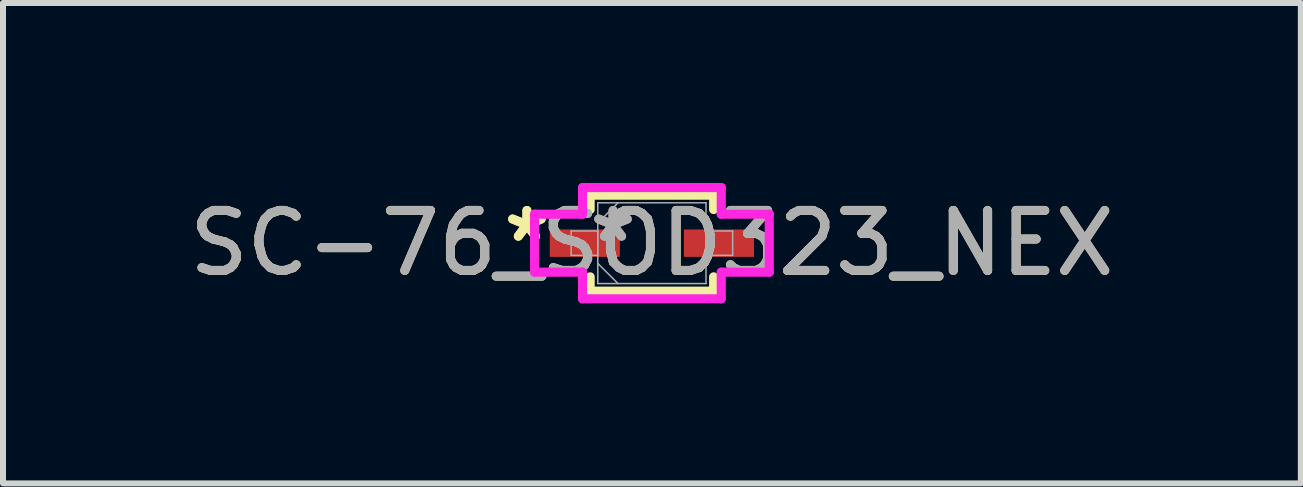
<source format=kicad_pcb>
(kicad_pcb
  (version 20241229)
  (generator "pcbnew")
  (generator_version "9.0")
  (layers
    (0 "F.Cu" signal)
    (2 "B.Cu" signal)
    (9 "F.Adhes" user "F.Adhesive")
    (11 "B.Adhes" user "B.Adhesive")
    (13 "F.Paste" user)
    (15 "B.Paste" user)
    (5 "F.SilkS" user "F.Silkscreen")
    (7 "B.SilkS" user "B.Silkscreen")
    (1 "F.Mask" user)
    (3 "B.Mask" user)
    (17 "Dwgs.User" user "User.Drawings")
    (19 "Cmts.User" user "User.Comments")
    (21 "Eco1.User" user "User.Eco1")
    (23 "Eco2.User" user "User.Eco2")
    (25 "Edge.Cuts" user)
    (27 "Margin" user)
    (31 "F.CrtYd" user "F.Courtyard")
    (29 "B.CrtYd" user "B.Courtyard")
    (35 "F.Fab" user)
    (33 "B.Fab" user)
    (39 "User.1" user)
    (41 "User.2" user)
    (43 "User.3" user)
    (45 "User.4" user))
  (footprint "SC-76_SOD323_NEX"
    (layer "F.Cu")
    (at 7.815 1.003)
    (property "Reference" "SC-76_SOD323_NEX" (at 0 0 0) (unlocked yes) (layer "F.SilkS") (effects (font (size 1 1) (thickness 0.15))))
    (attr smd)
    (fp_line (start -1.029 -0.8) (end -1.029 -0.561) (stroke (width 0.152) (type solid)) (layer "F.SilkS"))
    (fp_line (start -1.029 0.561) (end -1.029 0.8) (stroke (width 0.152) (type solid)) (layer "F.SilkS"))
    (fp_line (start -1.029 0.8) (end 1.029 0.8) (stroke (width 0.152) (type solid)) (layer "F.SilkS"))
    (fp_line (start 1.029 -0.8) (end -1.029 -0.8) (stroke (width 0.152) (type solid)) (layer "F.SilkS"))
    (fp_line (start 1.029 -0.561) (end 1.029 -0.8) (stroke (width 0.152) (type solid)) (layer "F.SilkS"))
    (fp_line (start 1.029 0.8) (end 1.029 0.561) (stroke (width 0.152) (type solid)) (layer "F.SilkS"))
    (fp_line (start -1.956 -0.483) (end -1.156 -0.483) (stroke (width 0.152) (type solid)) (layer "F.CrtYd"))
    (fp_line (start -1.956 0.483) (end -1.956 -0.483) (stroke (width 0.152) (type solid)) (layer "F.CrtYd"))
    (fp_line (start -1.156 -0.927) (end 1.156 -0.927) (stroke (width 0.152) (type solid)) (layer "F.CrtYd"))
    (fp_line (start -1.156 -0.483) (end -1.156 -0.927) (stroke (width 0.152) (type solid)) (layer "F.CrtYd"))
    (fp_line (start -1.156 0.483) (end -1.956 0.483) (stroke (width 0.152) (type solid)) (layer "F.CrtYd"))
    (fp_line (start -1.156 0.927) (end -1.156 0.483) (stroke (width 0.152) (type solid)) (layer "F.CrtYd"))
    (fp_line (start 1.156 -0.927) (end 1.156 -0.483) (stroke (width 0.152) (type solid)) (layer "F.CrtYd"))
    (fp_line (start 1.156 -0.483) (end 1.956 -0.483) (stroke (width 0.152) (type solid)) (layer "F.CrtYd"))
    (fp_line (start 1.156 0.483) (end 1.156 0.927) (stroke (width 0.152) (type solid)) (layer "F.CrtYd"))
    (fp_line (start 1.156 0.927) (end -1.156 0.927) (stroke (width 0.152) (type solid)) (layer "F.CrtYd"))
    (fp_line (start 1.956 -0.483) (end 1.956 0.483) (stroke (width 0.152) (type solid)) (layer "F.CrtYd"))
    (fp_line (start 1.956 0.483) (end 1.156 0.483) (stroke (width 0.152) (type solid)) (layer "F.CrtYd"))
    (fp_line (start -1.346 -0.203) (end -1.346 0.203) (stroke (width 0.025) (type solid)) (layer "F.Fab"))
    (fp_line (start -1.346 0.203) (end -0.902 0.203) (stroke (width 0.025) (type solid)) (layer "F.Fab"))
    (fp_line (start -0.902 -0.673) (end -0.902 0.673) (stroke (width 0.025) (type solid)) (layer "F.Fab"))
    (fp_line (start -0.902 -0.337) (end -0.565 -0.673) (stroke (width 0.025) (type solid)) (layer "F.Fab"))
    (fp_line (start -0.902 -0.203) (end -1.346 -0.203) (stroke (width 0.025) (type solid)) (layer "F.Fab"))
    (fp_line (start -0.902 0.203) (end -0.902 -0.203) (stroke (width 0.025) (type solid)) (layer "F.Fab"))
    (fp_line (start -0.902 0.337) (end -0.565 0.673) (stroke (width 0.025) (type solid)) (layer "F.Fab"))
    (fp_line (start -0.902 0.673) (end 0.902 0.673) (stroke (width 0.025) (type solid)) (layer "F.Fab"))
    (fp_line (start 0.902 -0.673) (end -0.902 -0.673) (stroke (width 0.025) (type solid)) (layer "F.Fab"))
    (fp_line (start 0.902 -0.203) (end 0.902 0.203) (stroke (width 0.025) (type solid)) (layer "F.Fab"))
    (fp_line (start 0.902 0.203) (end 1.346 0.203) (stroke (width 0.025) (type solid)) (layer "F.Fab"))
    (fp_line (start 0.902 0.673) (end 0.902 -0.673) (stroke (width 0.025) (type solid)) (layer "F.Fab"))
    (fp_line (start 1.346 -0.203) (end 0.902 -0.203) (stroke (width 0.025) (type solid)) (layer "F.Fab"))
    (fp_line (start 1.346 0.203) (end 1.346 -0.203) (stroke (width 0.025) (type solid)) (layer "F.Fab"))
    (fp_text user "*" (at -2.083 0 0) (layer "F.SilkS") (effects (font (size 1 1) (thickness 0.15))))
    (fp_text user "*" (at -2.083 0 0) (unlocked yes) (layer "F.SilkS") (effects (font (size 1 1) (thickness 0.15))))
    (fp_text user "${REFERENCE}" (at 0 0 0) (unlocked yes) (layer "F.Fab") (effects (font (size 1 1) (thickness 0.15))))
    (fp_text user "*" (at -0.648 0 0) (unlocked yes) (layer "F.Fab") (effects (font (size 1 1) (thickness 0.15))))
    (fp_text user "*" (at -0.648 0 0) (layer "F.Fab") (effects (font (size 1 1) (thickness 0.15))))
    (pad "1" smd rect (at -1.118 0) (size 1.168 0.457) (layers "F.Cu" "F.Mask" "F.Paste"))
    (pad "2" smd rect (at 1.118 0) (size 1.168 0.457) (layers "F.Cu" "F.Mask" "F.Paste")))
  (gr_rect
    (start -3 -3)
    (end 18.631 5.007)
    (stroke (width 0.1) (type default))
    (fill no)
    (layer "Edge.Cuts")))
</source>
